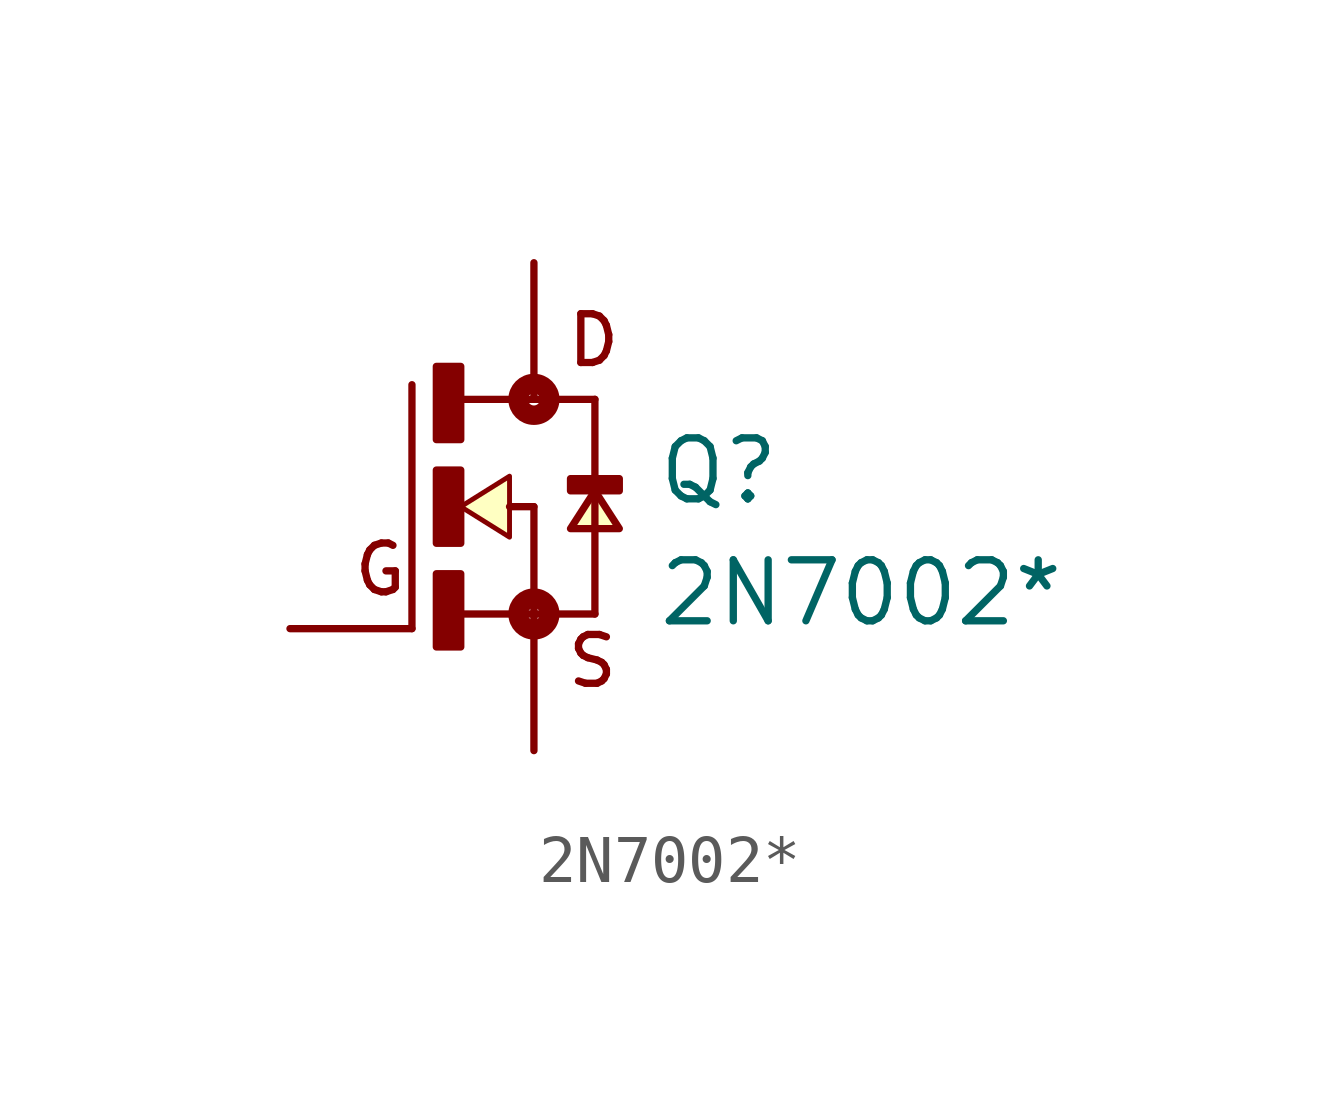
<source format=kicad_sym>
(kicad_symbol_lib
  (version 20211014)
  (generator kicad_symbol_editor)
  (symbol "2N7002*"
    (pin_numbers hide)
    (pin_names
      (offset 1.016) hide)
    (property "Reference" "Q"
      (at 2.54 0 0)
      (effects (font (size 1.27 1.27)) (justify left bottom)))
    (property "Value" "2N7002*"
      (at 2.54 -2.54 0)
      (effects (font (size 1.27 1.27)) (justify left bottom)))
    (property "ki_locked" ""
      (at 0 0 0)
      (effects (font (size 1.27 1.27))))
    (symbol "2N7002*_0_0"
      (rectangle (start -2.032 -2.921) (end -1.524 -1.397) (stroke (width 0) (type default) (color 0 0 0 0)) (fill (type outline)))
      (rectangle (start -2.032 -0.762) (end -1.524 0.762) (stroke (width 0) (type default) (color 0 0 0 0)) (fill (type outline)))
      (rectangle (start -2.032 1.397) (end -1.524 2.921) (stroke (width 0) (type default) (color 0 0 0 0)) (fill (type outline)))
      (circle (center 0 -2.235) (radius 0.127) (stroke (width 0.406) (type default) (color 0 0 0 0)) (fill (type none)))
      (polyline (pts (xy -2.54 -2.54) (xy -2.54 2.54)) (stroke (width 0.152) (type default) (color 0 0 0 0)) (fill (type none)))
      (polyline (pts (xy -1.6 -2.235) (xy 0 -2.235)) (stroke (width 0.152) (type default) (color 0 0 0 0)) (fill (type none)))
      (polyline (pts (xy -1.6 2.235) (xy 0 2.235)) (stroke (width 0.152) (type default) (color 0 0 0 0)) (fill (type none)))
      (polyline (pts (xy -0.508 0) (xy 0 0)) (stroke (width 0.152) (type default) (color 0 0 0 0)) (fill (type none)))
      (polyline (pts (xy 0 -2.235) (xy 0 -2.54)) (stroke (width 0.152) (type default) (color 0 0 0 0)) (fill (type none)))
      (polyline (pts (xy 0 0) (xy 0 -2.235)) (stroke (width 0.152) (type default) (color 0 0 0 0)) (fill (type none)))
      (polyline (pts (xy 0 2.235) (xy 1.27 2.235)) (stroke (width 0.152) (type default) (color 0 0 0 0)) (fill (type none)))
      (polyline (pts (xy 0 2.54) (xy 0 2.235)) (stroke (width 0.152) (type default) (color 0 0 0 0)) (fill (type none)))
      (polyline (pts (xy 1.27 -2.235) (xy 0 -2.235)) (stroke (width 0.152) (type default) (color 0 0 0 0)) (fill (type none)))
      (polyline (pts (xy 1.27 2.235) (xy 1.27 -2.235)) (stroke (width 0.152) (type default) (color 0 0 0 0)) (fill (type none)))
      (polyline (pts (xy -1.524 0) (xy -0.508 0.635) (xy -0.508 -0.635) (xy -1.524 0)) (stroke (width 0.102) (type default) (color 0 0 0 0)) (fill (type background)))
      (polyline (pts (xy 1.27 0.33) (xy 0.762 -0.457) (xy 1.778 -0.457) (xy 1.27 0.33)) (stroke (width 0.152) (type default) (color 0 0 0 0)) (fill (type background)))
      (circle (center 0 2.235) (radius 0.127) (stroke (width 0.406) (type default) (color 0 0 0 0)) (fill (type none)))
      (rectangle (start 0.762 0.33) (end 1.778 0.584) (stroke (width 0) (type default) (color 0 0 0 0)) (fill (type outline)))
      (text "D" (at 0.635 2.87 0) (effects (font (size 1.016 1.016)) (justify left bottom)))
      (text "G" (at -3.81 -1.905 0) (effects (font (size 1.016 1.016)) (justify left bottom)))
      (text "S" (at 0.635 -3.81 0) (effects (font (size 1.016 1.016)) (justify left bottom)))
      (pin passive line (at -5.08 -2.54 0) (length 2.54) (name "~" (effects (font (size 1.016 1.016)))) (number "1" (effects (font (size 1.016 1.016)))))
      (pin passive line (at 0 -5.08 90) (length 2.54) (name "~" (effects (font (size 1.016 1.016)))) (number "2" (effects (font (size 1.016 1.016)))))
      (pin passive line (at 0 5.08 270) (length 2.54) (name "~" (effects (font (size 1.016 1.016)))) (number "3" (effects (font (size 1.016 1.016))))))))
</source>
